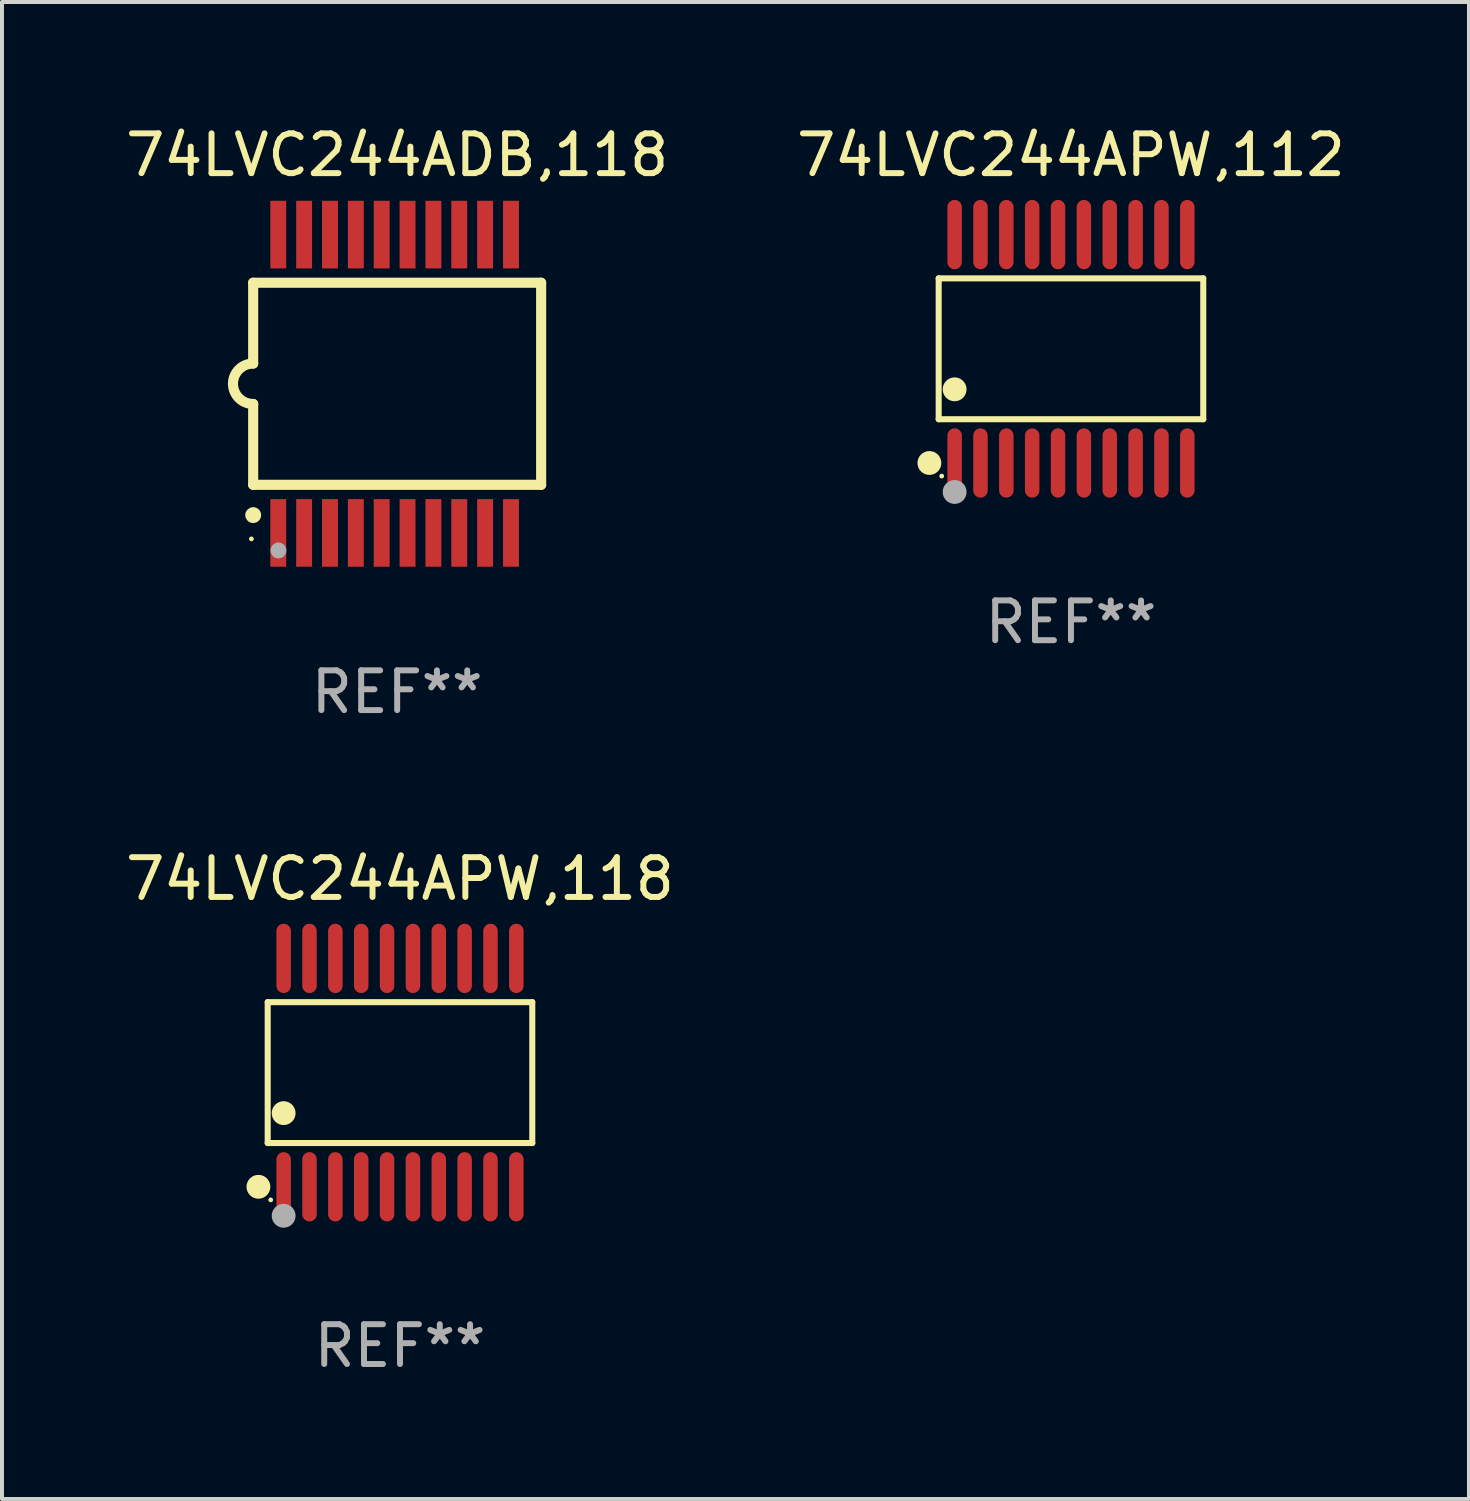
<source format=kicad_pcb>
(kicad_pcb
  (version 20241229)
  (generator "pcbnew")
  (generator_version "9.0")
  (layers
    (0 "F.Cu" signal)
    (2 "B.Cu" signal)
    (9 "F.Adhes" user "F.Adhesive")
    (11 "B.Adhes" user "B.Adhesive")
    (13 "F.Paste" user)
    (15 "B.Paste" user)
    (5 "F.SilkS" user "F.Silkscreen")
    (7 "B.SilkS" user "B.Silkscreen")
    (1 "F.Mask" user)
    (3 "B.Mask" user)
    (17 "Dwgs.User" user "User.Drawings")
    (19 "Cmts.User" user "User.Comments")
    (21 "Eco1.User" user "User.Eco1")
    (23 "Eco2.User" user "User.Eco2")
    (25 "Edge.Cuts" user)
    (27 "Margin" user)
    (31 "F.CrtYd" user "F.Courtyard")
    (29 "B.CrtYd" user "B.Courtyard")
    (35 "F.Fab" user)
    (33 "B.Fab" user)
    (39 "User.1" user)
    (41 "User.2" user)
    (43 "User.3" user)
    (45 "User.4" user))
  (footprint "74LVC244ADB,118"
    (layer "F.Cu")
    (at 6.935 6.598)
    (property "Reference" "74LVC244ADB,118" (at 0 -5.75 0) (layer "F.SilkS") (effects (font (size 1 1) (thickness 0.15))))
    (attr through_hole)
    (fp_line (start -3.62 -2.54) (end 3.62 -2.54) (stroke (width 0.254) (type solid)) (layer "F.SilkS"))
    (fp_line (start -3.62 -0.508) (end -3.62 -2.54) (stroke (width 0.254) (type solid)) (layer "F.SilkS"))
    (fp_line (start -3.62 2.54) (end -3.62 0.508) (stroke (width 0.254) (type solid)) (layer "F.SilkS"))
    (fp_line (start 3.62 -2.54) (end 3.62 2.54) (stroke (width 0.254) (type solid)) (layer "F.SilkS"))
    (fp_line (start 3.62 2.54) (end -3.62 2.54) (stroke (width 0.254) (type solid)) (layer "F.SilkS"))
    (fp_arc (start -3.619507 0.508052) (mid -4.125607 0.000051) (end -3.619507 -0.50795) (stroke (width 0.254001) (type solid)) (layer "F.SilkS"))
    (fp_circle (center -3.664 3.9) (end -3.634 3.9) (stroke (width 0.06) (type solid)) (fill no) (layer "F.SilkS"))
    (fp_circle (center -3.62 3.302) (end -3.52 3.302) (stroke (width 0.2) (type solid)) (fill no) (layer "F.SilkS"))
    (fp_circle (center -2.985 4.191) (end -2.885 4.191) (stroke (width 0.2) (type solid)) (fill no) (layer "F.Fab"))
    (fp_text user "REF**" (at 0 7.75 0) (layer "F.Fab") (effects (font (size 1 1) (thickness 0.15))))
    (pad "1" smd rect (at -2.989 3.75) (size 0.4 1.7) (layers "F.Cu" "F.Mask" "F.Paste"))
    (pad "2" smd rect (at -2.339 3.75) (size 0.4 1.7) (layers "F.Cu" "F.Mask" "F.Paste"))
    (pad "3" smd rect (at -1.689 3.75) (size 0.4 1.7) (layers "F.Cu" "F.Mask" "F.Paste"))
    (pad "4" smd rect (at -1.039 3.75) (size 0.4 1.7) (layers "F.Cu" "F.Mask" "F.Paste"))
    (pad "5" smd rect (at -0.389 3.75) (size 0.4 1.7) (layers "F.Cu" "F.Mask" "F.Paste"))
    (pad "6" smd rect (at 0.261 3.75) (size 0.4 1.7) (layers "F.Cu" "F.Mask" "F.Paste"))
    (pad "7" smd rect (at 0.911 3.75) (size 0.4 1.7) (layers "F.Cu" "F.Mask" "F.Paste"))
    (pad "8" smd rect (at 1.561 3.75) (size 0.4 1.7) (layers "F.Cu" "F.Mask" "F.Paste"))
    (pad "9" smd rect (at 2.211 3.75) (size 0.4 1.7) (layers "F.Cu" "F.Mask" "F.Paste"))
    (pad "10" smd rect (at 2.862 3.75) (size 0.4 1.7) (layers "F.Cu" "F.Mask" "F.Paste"))
    (pad "11" smd rect (at 2.862 -3.75) (size 0.4 1.7) (layers "F.Cu" "F.Mask" "F.Paste"))
    (pad "12" smd rect (at 2.211 -3.75) (size 0.4 1.7) (layers "F.Cu" "F.Mask" "F.Paste"))
    (pad "13" smd rect (at 1.561 -3.75) (size 0.4 1.7) (layers "F.Cu" "F.Mask" "F.Paste"))
    (pad "14" smd rect (at 0.911 -3.75) (size 0.4 1.7) (layers "F.Cu" "F.Mask" "F.Paste"))
    (pad "15" smd rect (at 0.261 -3.75) (size 0.4 1.7) (layers "F.Cu" "F.Mask" "F.Paste"))
    (pad "16" smd rect (at -0.389 -3.75) (size 0.4 1.7) (layers "F.Cu" "F.Mask" "F.Paste"))
    (pad "17" smd rect (at -1.039 -3.75) (size 0.4 1.7) (layers "F.Cu" "F.Mask" "F.Paste"))
    (pad "18" smd rect (at -1.689 -3.75) (size 0.4 1.7) (layers "F.Cu" "F.Mask" "F.Paste"))
    (pad "19" smd rect (at -2.339 -3.75) (size 0.4 1.7) (layers "F.Cu" "F.Mask" "F.Paste"))
    (pad "20" smd rect (at -2.989 -3.75) (size 0.4 1.7) (layers "F.Cu" "F.Mask" "F.Paste")))
  (footprint "74LVC244APW,118"
    (layer "F.Cu")
    (at 7.006 23.916)
    (property "Reference" "74LVC244APW,118" (at 0 -4.871 0) (layer "F.SilkS") (effects (font (size 1 1) (thickness 0.15))))
    (attr through_hole)
    (fp_line (start -3.326 -1.771) (end 3.326 -1.771) (stroke (width 0.152) (type solid)) (layer "F.SilkS"))
    (fp_line (start -3.326 1.771) (end -3.326 -1.771) (stroke (width 0.152) (type solid)) (layer "F.SilkS"))
    (fp_line (start 3.326 -1.771) (end 3.326 1.771) (stroke (width 0.152) (type solid)) (layer "F.SilkS"))
    (fp_line (start 3.326 1.771) (end -3.326 1.771) (stroke (width 0.152) (type solid)) (layer "F.SilkS"))
    (fp_circle (center -3.559 2.871) (end -3.409 2.871) (stroke (width 0.3) (type solid)) (fill no) (layer "F.SilkS"))
    (fp_circle (center -3.25 3.2) (end -3.22 3.2) (stroke (width 0.06) (type solid)) (fill no) (layer "F.SilkS"))
    (fp_circle (center -2.925 1.019) (end -2.775 1.019) (stroke (width 0.3) (type solid)) (fill no) (layer "F.SilkS"))
    (fp_circle (center -2.925 3.6) (end -2.775 3.6) (stroke (width 0.3) (type solid)) (fill no) (layer "F.Fab"))
    (fp_text user "REF**" (at 0 6.871 0) (layer "F.Fab") (effects (font (size 1 1) (thickness 0.15))))
    (pad "1" smd oval (at -2.925 2.871) (size 0.364 1.742) (layers "F.Cu" "F.Mask" "F.Paste"))
    (pad "2" smd oval (at -2.275 2.871) (size 0.364 1.742) (layers "F.Cu" "F.Mask" "F.Paste"))
    (pad "3" smd oval (at -1.625 2.871) (size 0.364 1.742) (layers "F.Cu" "F.Mask" "F.Paste"))
    (pad "4" smd oval (at -0.975 2.871) (size 0.364 1.742) (layers "F.Cu" "F.Mask" "F.Paste"))
    (pad "5" smd oval (at -0.325 2.871) (size 0.364 1.742) (layers "F.Cu" "F.Mask" "F.Paste"))
    (pad "6" smd oval (at 0.325 2.871) (size 0.364 1.742) (layers "F.Cu" "F.Mask" "F.Paste"))
    (pad "7" smd oval (at 0.975 2.871) (size 0.364 1.742) (layers "F.Cu" "F.Mask" "F.Paste"))
    (pad "8" smd oval (at 1.625 2.871) (size 0.364 1.742) (layers "F.Cu" "F.Mask" "F.Paste"))
    (pad "9" smd oval (at 2.275 2.871) (size 0.364 1.742) (layers "F.Cu" "F.Mask" "F.Paste"))
    (pad "10" smd oval (at 2.925 2.871) (size 0.364 1.742) (layers "F.Cu" "F.Mask" "F.Paste"))
    (pad "11" smd oval (at 2.925 -2.871) (size 0.364 1.742) (layers "F.Cu" "F.Mask" "F.Paste"))
    (pad "12" smd oval (at 2.275 -2.871) (size 0.364 1.742) (layers "F.Cu" "F.Mask" "F.Paste"))
    (pad "13" smd oval (at 1.625 -2.871) (size 0.364 1.742) (layers "F.Cu" "F.Mask" "F.Paste"))
    (pad "14" smd oval (at 0.975 -2.871) (size 0.364 1.742) (layers "F.Cu" "F.Mask" "F.Paste"))
    (pad "15" smd oval (at 0.325 -2.871) (size 0.364 1.742) (layers "F.Cu" "F.Mask" "F.Paste"))
    (pad "16" smd oval (at -0.325 -2.871) (size 0.364 1.742) (layers "F.Cu" "F.Mask" "F.Paste"))
    (pad "17" smd oval (at -0.975 -2.871) (size 0.364 1.742) (layers "F.Cu" "F.Mask" "F.Paste"))
    (pad "18" smd oval (at -1.625 -2.871) (size 0.364 1.742) (layers "F.Cu" "F.Mask" "F.Paste"))
    (pad "19" smd oval (at -2.275 -2.871) (size 0.364 1.742) (layers "F.Cu" "F.Mask" "F.Paste"))
    (pad "20" smd oval (at -2.925 -2.871) (size 0.364 1.742) (layers "F.Cu" "F.Mask" "F.Paste")))
  (footprint "74LVC244APW,112"
    (layer "F.Cu")
    (at 23.875 5.719)
    (property "Reference" "74LVC244APW,112" (at 0 -4.871 0) (layer "F.SilkS") (effects (font (size 1 1) (thickness 0.15))))
    (attr through_hole)
    (fp_line (start -3.326 -1.771) (end 3.326 -1.771) (stroke (width 0.152) (type solid)) (layer "F.SilkS"))
    (fp_line (start -3.326 1.771) (end -3.326 -1.771) (stroke (width 0.152) (type solid)) (layer "F.SilkS"))
    (fp_line (start 3.326 -1.771) (end 3.326 1.771) (stroke (width 0.152) (type solid)) (layer "F.SilkS"))
    (fp_line (start 3.326 1.771) (end -3.326 1.771) (stroke (width 0.152) (type solid)) (layer "F.SilkS"))
    (fp_circle (center -3.559 2.871) (end -3.409 2.871) (stroke (width 0.3) (type solid)) (fill no) (layer "F.SilkS"))
    (fp_circle (center -3.25 3.2) (end -3.22 3.2) (stroke (width 0.06) (type solid)) (fill no) (layer "F.SilkS"))
    (fp_circle (center -2.925 1.019) (end -2.775 1.019) (stroke (width 0.3) (type solid)) (fill no) (layer "F.SilkS"))
    (fp_circle (center -2.925 3.6) (end -2.775 3.6) (stroke (width 0.3) (type solid)) (fill no) (layer "F.Fab"))
    (fp_text user "REF**" (at 0 6.871 0) (layer "F.Fab") (effects (font (size 1 1) (thickness 0.15))))
    (pad "1" smd oval (at -2.925 2.871) (size 0.364 1.742) (layers "F.Cu" "F.Mask" "F.Paste"))
    (pad "2" smd oval (at -2.275 2.871) (size 0.364 1.742) (layers "F.Cu" "F.Mask" "F.Paste"))
    (pad "3" smd oval (at -1.625 2.871) (size 0.364 1.742) (layers "F.Cu" "F.Mask" "F.Paste"))
    (pad "4" smd oval (at -0.975 2.871) (size 0.364 1.742) (layers "F.Cu" "F.Mask" "F.Paste"))
    (pad "5" smd oval (at -0.325 2.871) (size 0.364 1.742) (layers "F.Cu" "F.Mask" "F.Paste"))
    (pad "6" smd oval (at 0.325 2.871) (size 0.364 1.742) (layers "F.Cu" "F.Mask" "F.Paste"))
    (pad "7" smd oval (at 0.975 2.871) (size 0.364 1.742) (layers "F.Cu" "F.Mask" "F.Paste"))
    (pad "8" smd oval (at 1.625 2.871) (size 0.364 1.742) (layers "F.Cu" "F.Mask" "F.Paste"))
    (pad "9" smd oval (at 2.275 2.871) (size 0.364 1.742) (layers "F.Cu" "F.Mask" "F.Paste"))
    (pad "10" smd oval (at 2.925 2.871) (size 0.364 1.742) (layers "F.Cu" "F.Mask" "F.Paste"))
    (pad "11" smd oval (at 2.925 -2.871) (size 0.364 1.742) (layers "F.Cu" "F.Mask" "F.Paste"))
    (pad "12" smd oval (at 2.275 -2.871) (size 0.364 1.742) (layers "F.Cu" "F.Mask" "F.Paste"))
    (pad "13" smd oval (at 1.625 -2.871) (size 0.364 1.742) (layers "F.Cu" "F.Mask" "F.Paste"))
    (pad "14" smd oval (at 0.975 -2.871) (size 0.364 1.742) (layers "F.Cu" "F.Mask" "F.Paste"))
    (pad "15" smd oval (at 0.325 -2.871) (size 0.364 1.742) (layers "F.Cu" "F.Mask" "F.Paste"))
    (pad "16" smd oval (at -0.325 -2.871) (size 0.364 1.742) (layers "F.Cu" "F.Mask" "F.Paste"))
    (pad "17" smd oval (at -0.975 -2.871) (size 0.364 1.742) (layers "F.Cu" "F.Mask" "F.Paste"))
    (pad "18" smd oval (at -1.625 -2.871) (size 0.364 1.742) (layers "F.Cu" "F.Mask" "F.Paste"))
    (pad "19" smd oval (at -2.275 -2.871) (size 0.364 1.742) (layers "F.Cu" "F.Mask" "F.Paste"))
    (pad "20" smd oval (at -2.925 -2.871) (size 0.364 1.742) (layers "F.Cu" "F.Mask" "F.Paste")))
  (gr_rect
    (start -3 -3)
    (end 33.881 34.635)
    (stroke (width 0.1) (type default))
    (fill no)
    (layer "Edge.Cuts")))
</source>
